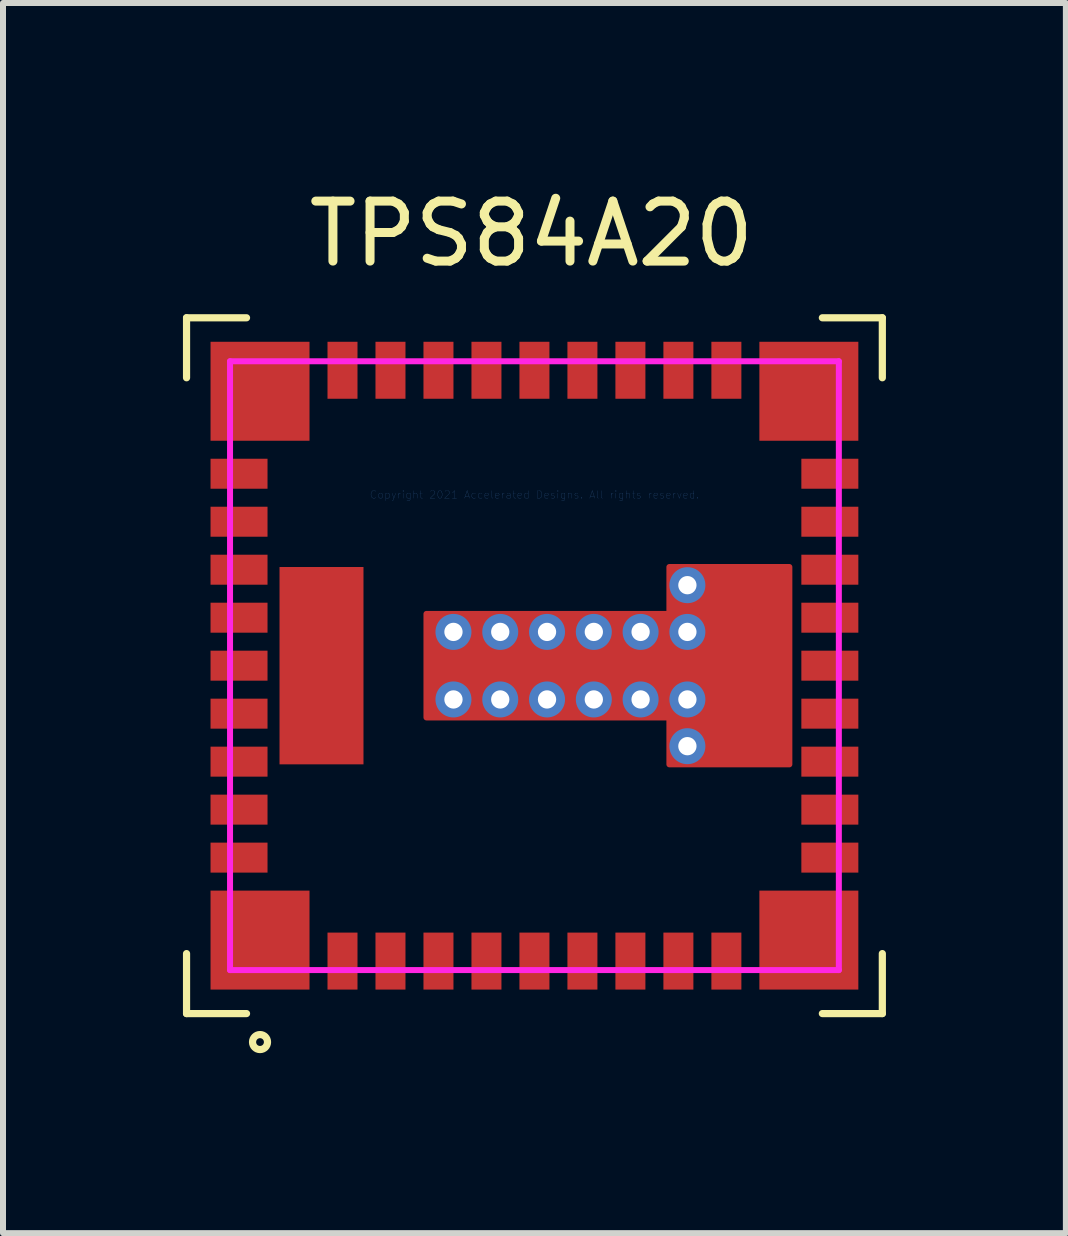
<source format=kicad_pcb>
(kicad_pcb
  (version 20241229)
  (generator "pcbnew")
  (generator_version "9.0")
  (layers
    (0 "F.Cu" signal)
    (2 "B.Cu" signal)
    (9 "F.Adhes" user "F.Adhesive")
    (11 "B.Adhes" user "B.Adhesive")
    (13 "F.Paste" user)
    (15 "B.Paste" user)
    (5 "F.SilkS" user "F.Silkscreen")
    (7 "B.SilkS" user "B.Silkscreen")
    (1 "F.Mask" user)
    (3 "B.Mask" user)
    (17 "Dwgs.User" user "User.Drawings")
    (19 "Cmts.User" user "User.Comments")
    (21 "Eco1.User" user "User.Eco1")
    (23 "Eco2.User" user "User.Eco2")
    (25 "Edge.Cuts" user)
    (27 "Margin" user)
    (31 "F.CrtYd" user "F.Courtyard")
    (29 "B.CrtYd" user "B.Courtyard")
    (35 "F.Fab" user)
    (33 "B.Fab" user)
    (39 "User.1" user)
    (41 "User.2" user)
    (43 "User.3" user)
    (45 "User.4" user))
  (footprint "TPS84A20"
    (layer "F.Cu")
    (at 5.86 8.048)
    (property "Reference" "TPS84A20" (at -0.05 -7.2 0) (layer "F.SilkS") (effects (font (size 1 1) (thickness 0.15))))
    (attr through_hole)
    (fp_poly (pts (xy -1.8 -0.863) (xy -1.8 0.863) (xy 2.25 0.863) (xy 2.25 1.645) (xy 4.25 1.645) (xy 4.25 -1.645) (xy 2.25 -1.645) (xy 2.25 -0.863) (xy -1.8 -0.863)) (stroke (width 0.1) (type solid)) (fill yes) (layer "F.Cu"))
    (fp_poly (pts (xy -1.8 -0.262) (xy -1.8 0.262) (xy 2.85 0.262) (xy 2.85 1.645) (xy 4.25 1.645) (xy 4.25 -1.645) (xy 2.85 -1.645) (xy 2.85 -0.262) (xy -1.8 -0.262)) (stroke (width 0.1) (type solid)) (fill yes) (layer "F.Mask"))
    (fp_line (start -5.8 -5.8) (end -4.8 -5.8) (stroke (width 0.12) (type solid)) (layer "F.SilkS"))
    (fp_line (start -5.8 -4.8) (end -5.8 -5.8) (stroke (width 0.12) (type solid)) (layer "F.SilkS"))
    (fp_line (start -5.8 5.8) (end -5.8 4.8) (stroke (width 0.12) (type solid)) (layer "F.SilkS"))
    (fp_line (start -5.8 5.8) (end -4.8 5.8) (stroke (width 0.12) (type solid)) (layer "F.SilkS"))
    (fp_line (start 4.8 -5.8) (end 5.8 -5.8) (stroke (width 0.12) (type solid)) (layer "F.SilkS"))
    (fp_line (start 4.8 5.8) (end 5.8 5.8) (stroke (width 0.12) (type solid)) (layer "F.SilkS"))
    (fp_line (start 5.8 -4.8) (end 5.8 -5.8) (stroke (width 0.12) (type solid)) (layer "F.SilkS"))
    (fp_line (start 5.8 5.8) (end 5.8 4.8) (stroke (width 0.12) (type solid)) (layer "F.SilkS"))
    (fp_circle (center -4.575 6.275) (end -4.45 6.275) (stroke (width 0.12) (type solid)) (fill no) (layer "F.SilkS"))
    (fp_poly (pts (xy -5.375 1.775) (xy -5.375 1.425) (xy -5.325 1.375) (xy -4.525 1.375) (xy -4.475 1.425) (xy -4.475 1.775) (xy -4.525 1.825) (xy -5.325 1.825)) (stroke (width 0.1) (type solid)) (fill yes) (layer "F.Paste"))
    (fp_poly (pts (xy -5.375 2.575) (xy -5.375 2.225) (xy -5.325 2.175) (xy -4.525 2.175) (xy -4.475 2.225) (xy -4.475 2.575) (xy -4.525 2.625) (xy -5.325 2.625)) (stroke (width 0.1) (type solid)) (fill yes) (layer "F.Paste"))
    (fp_poly (pts (xy -5.325 -2.975) (xy -5.375 -3.025) (xy -5.375 -3.375) (xy -5.325 -3.425) (xy -4.525 -3.425) (xy -4.475 -3.375) (xy -4.475 -3.025) (xy -4.525 -2.975)) (stroke (width 0.1) (type solid)) (fill yes) (layer "F.Paste"))
    (fp_poly (pts (xy -5.325 0.225) (xy -5.375 0.175) (xy -5.375 -0.175) (xy -5.325 -0.225) (xy -4.525 -0.225) (xy -4.475 -0.175) (xy -4.475 0.175) (xy -4.525 0.225)) (stroke (width 0.1) (type solid)) (fill yes) (layer "F.Paste"))
    (fp_poly (pts (xy -5.325 1.025) (xy -5.375 0.975) (xy -5.375 0.625) (xy -5.325 0.575) (xy -4.525 0.575) (xy -4.475 0.625) (xy -4.475 0.975) (xy -4.525 1.025)) (stroke (width 0.1) (type solid)) (fill yes) (layer "F.Paste"))
    (fp_poly (pts (xy -5.325 3.425) (xy -5.375 3.375) (xy -5.375 3.025) (xy -5.325 2.975) (xy -4.525 2.975) (xy -4.475 3.025) (xy -4.475 3.375) (xy -4.525 3.425)) (stroke (width 0.1) (type solid)) (fill yes) (layer "F.Paste"))
    (fp_poly (pts (xy -5.125 -3.975) (xy -5.175 -4.025) (xy -5.175 -5.125) (xy -5.125 -5.175) (xy -4.025 -5.175) (xy -3.975 -5.125) (xy -3.975 -4.025) (xy -4.025 -3.975)) (stroke (width 0.1) (type solid)) (fill yes) (layer "F.Paste"))
    (fp_poly (pts (xy -4.525 -1.825) (xy -4.475 -1.775) (xy -4.475 -1.425) (xy -4.525 -1.375) (xy -5.325 -1.375) (xy -5.375 -1.425) (xy -5.375 -1.775) (xy -5.325 -1.825)) (stroke (width 0.1) (type solid)) (fill yes) (layer "F.Paste"))
    (fp_poly (pts (xy -4.525 -1.025) (xy -4.475 -0.975) (xy -4.475 -0.625) (xy -4.525 -0.575) (xy -5.325 -0.575) (xy -5.375 -0.625) (xy -5.375 -0.975) (xy -5.325 -1.025)) (stroke (width 0.1) (type solid)) (fill yes) (layer "F.Paste"))
    (fp_poly (pts (xy -4.475 -2.225) (xy -4.525 -2.175) (xy -5.325 -2.175) (xy -5.375 -2.225) (xy -5.375 -2.575) (xy -5.325 -2.625) (xy -4.525 -2.625) (xy -4.475 -2.575)) (stroke (width 0.1) (type solid)) (fill yes) (layer "F.Paste"))
    (fp_poly (pts (xy -3.975 4.025) (xy -3.975 5.125) (xy -4.025 5.175) (xy -5.125 5.175) (xy -5.175 5.125) (xy -5.175 4.025) (xy -5.125 3.975) (xy -4.025 3.975)) (stroke (width 0.1) (type solid)) (fill yes) (layer "F.Paste"))
    (fp_poly (pts (xy -3.7 -0.2) (xy -3.75 -0.15) (xy -4.18 -0.15) (xy -4.23 -0.2) (xy -4.23 -1.57) (xy -4.18 -1.62) (xy -3.75 -1.62) (xy -3.7 -1.57)) (stroke (width 0.1) (type solid)) (fill yes) (layer "F.Paste"))
    (fp_poly (pts (xy -3.7 0.2) (xy -3.7 1.57) (xy -3.75 1.62) (xy -4.18 1.62) (xy -4.23 1.57) (xy -4.23 0.2) (xy -4.18 0.15) (xy -3.75 0.15)) (stroke (width 0.1) (type solid)) (fill yes) (layer "F.Paste"))
    (fp_poly (pts (xy -3.375 -5.375) (xy -3.025 -5.375) (xy -2.975 -5.325) (xy -2.975 -4.525) (xy -3.025 -4.475) (xy -3.375 -4.475) (xy -3.425 -4.525) (xy -3.425 -5.325)) (stroke (width 0.1) (type solid)) (fill yes) (layer "F.Paste"))
    (fp_poly (pts (xy -3.025 4.475) (xy -2.975 4.525) (xy -2.975 5.325) (xy -3.025 5.375) (xy -3.375 5.375) (xy -3.425 5.325) (xy -3.425 4.525) (xy -3.375 4.475)) (stroke (width 0.1) (type solid)) (fill yes) (layer "F.Paste"))
    (fp_poly (pts (xy -2.87 -0.2) (xy -2.92 -0.15) (xy -3.35 -0.15) (xy -3.4 -0.2) (xy -3.4 -1.57) (xy -3.35 -1.62) (xy -2.92 -1.62) (xy -2.87 -1.57)) (stroke (width 0.1) (type solid)) (fill yes) (layer "F.Paste"))
    (fp_poly (pts (xy -2.87 0.2) (xy -2.87 1.57) (xy -2.92 1.62) (xy -3.35 1.62) (xy -3.4 1.57) (xy -3.4 0.2) (xy -3.35 0.15) (xy -2.92 0.15)) (stroke (width 0.1) (type solid)) (fill yes) (layer "F.Paste"))
    (fp_poly (pts (xy -2.575 -5.375) (xy -2.225 -5.375) (xy -2.175 -5.325) (xy -2.175 -4.525) (xy -2.225 -4.475) (xy -2.575 -4.475) (xy -2.625 -4.525) (xy -2.625 -5.325)) (stroke (width 0.1) (type solid)) (fill yes) (layer "F.Paste"))
    (fp_poly (pts (xy -2.575 4.475) (xy -2.225 4.475) (xy -2.175 4.525) (xy -2.175 5.325) (xy -2.225 5.375) (xy -2.575 5.375) (xy -2.625 5.325) (xy -2.625 4.525)) (stroke (width 0.1) (type solid)) (fill yes) (layer "F.Paste"))
    (fp_poly (pts (xy -1.825 4.525) (xy -1.775 4.475) (xy -1.425 4.475) (xy -1.375 4.525) (xy -1.375 5.325) (xy -1.425 5.375) (xy -1.775 5.375) (xy -1.825 5.325)) (stroke (width 0.1) (type solid)) (fill yes) (layer "F.Paste"))
    (fp_poly (pts (xy -1.425 -4.475) (xy -1.775 -4.475) (xy -1.825 -4.525) (xy -1.825 -5.325) (xy -1.775 -5.375) (xy -1.425 -5.375) (xy -1.375 -5.325) (xy -1.375 -4.525)) (stroke (width 0.1) (type solid)) (fill yes) (layer "F.Paste"))
    (fp_poly (pts (xy -1.025 5.325) (xy -1.025 4.525) (xy -0.975 4.475) (xy -0.625 4.475) (xy -0.575 4.525) (xy -0.575 5.325) (xy -0.625 5.375) (xy -0.975 5.375)) (stroke (width 0.1) (type solid)) (fill yes) (layer "F.Paste"))
    (fp_poly (pts (xy -0.625 -5.375) (xy -0.575 -5.325) (xy -0.575 -4.525) (xy -0.625 -4.475) (xy -0.975 -4.475) (xy -1.025 -4.525) (xy -1.025 -5.325) (xy -0.975 -5.375)) (stroke (width 0.1) (type solid)) (fill yes) (layer "F.Paste"))
    (fp_poly (pts (xy -0.53 -0.188) (xy -0.53 0.188) (xy -0.58 0.237) (xy -1.71 0.237) (xy -1.76 0.188) (xy -1.76 -0.188) (xy -1.71 -0.237) (xy -0.58 -0.237)) (stroke (width 0.1) (type solid)) (fill yes) (layer "F.Paste"))
    (fp_poly (pts (xy -0.18 -0.237) (xy 0.95 -0.237) (xy 1 -0.188) (xy 1 0.188) (xy 0.95 0.237) (xy -0.18 0.237) (xy -0.23 0.188) (xy -0.23 -0.188)) (stroke (width 0.1) (type solid)) (fill yes) (layer "F.Paste"))
    (fp_poly (pts (xy -0.175 -5.375) (xy 0.175 -5.375) (xy 0.225 -5.325) (xy 0.225 -4.525) (xy 0.175 -4.475) (xy -0.175 -4.475) (xy -0.225 -4.525) (xy -0.225 -5.325)) (stroke (width 0.1) (type solid)) (fill yes) (layer "F.Paste"))
    (fp_poly (pts (xy 0.175 4.475) (xy 0.225 4.525) (xy 0.225 5.325) (xy 0.175 5.375) (xy -0.175 5.375) (xy -0.225 5.325) (xy -0.225 4.525) (xy -0.175 4.475)) (stroke (width 0.1) (type solid)) (fill yes) (layer "F.Paste"))
    (fp_poly (pts (xy 0.625 -5.375) (xy 0.975 -5.375) (xy 1.025 -5.325) (xy 1.025 -4.525) (xy 0.975 -4.475) (xy 0.625 -4.475) (xy 0.575 -4.525) (xy 0.575 -5.325)) (stroke (width 0.1) (type solid)) (fill yes) (layer "F.Paste"))
    (fp_poly (pts (xy 0.625 4.475) (xy 0.975 4.475) (xy 1.025 4.525) (xy 1.025 5.325) (xy 0.975 5.375) (xy 0.625 5.375) (xy 0.575 5.325) (xy 0.575 4.525)) (stroke (width 0.1) (type solid)) (fill yes) (layer "F.Paste"))
    (fp_poly (pts (xy 1.375 -5.325) (xy 1.425 -5.375) (xy 1.775 -5.375) (xy 1.825 -5.325) (xy 1.825 -4.525) (xy 1.775 -4.475) (xy 1.425 -4.475) (xy 1.375 -4.525)) (stroke (width 0.1) (type solid)) (fill yes) (layer "F.Paste"))
    (fp_poly (pts (xy 1.375 4.525) (xy 1.425 4.475) (xy 1.775 4.475) (xy 1.825 4.525) (xy 1.825 5.325) (xy 1.775 5.375) (xy 1.425 5.375) (xy 1.375 5.325)) (stroke (width 0.1) (type solid)) (fill yes) (layer "F.Paste"))
    (fp_poly (pts (xy 2.175 5.325) (xy 2.175 4.525) (xy 2.225 4.475) (xy 2.575 4.475) (xy 2.625 4.525) (xy 2.625 5.325) (xy 2.575 5.375) (xy 2.225 5.375)) (stroke (width 0.1) (type solid)) (fill yes) (layer "F.Paste"))
    (fp_poly (pts (xy 2.53 -0.188) (xy 2.53 0.188) (xy 2.48 0.237) (xy 1.35 0.237) (xy 1.3 0.188) (xy 1.3 -0.188) (xy 1.35 -0.237) (xy 2.48 -0.237)) (stroke (width 0.1) (type solid)) (fill yes) (layer "F.Paste"))
    (fp_poly (pts (xy 2.575 -5.375) (xy 2.625 -5.325) (xy 2.625 -4.525) (xy 2.575 -4.475) (xy 2.225 -4.475) (xy 2.175 -4.525) (xy 2.175 -5.325) (xy 2.225 -5.375)) (stroke (width 0.1) (type solid)) (fill yes) (layer "F.Paste"))
    (fp_poly (pts (xy 2.87 0.2) (xy 2.92 0.15) (xy 3.35 0.15) (xy 3.4 0.2) (xy 3.4 1.57) (xy 3.35 1.62) (xy 2.92 1.62) (xy 2.87 1.57)) (stroke (width 0.1) (type solid)) (fill yes) (layer "F.Paste"))
    (fp_poly (pts (xy 2.92 -1.62) (xy 3.35 -1.62) (xy 3.4 -1.57) (xy 3.4 -0.2) (xy 3.35 -0.15) (xy 2.92 -0.15) (xy 2.87 -0.2) (xy 2.87 -1.57)) (stroke (width 0.1) (type solid)) (fill yes) (layer "F.Paste"))
    (fp_poly (pts (xy 3.025 -5.375) (xy 3.375 -5.375) (xy 3.425 -5.325) (xy 3.425 -4.525) (xy 3.375 -4.475) (xy 3.025 -4.475) (xy 2.975 -4.525) (xy 2.975 -5.325)) (stroke (width 0.1) (type solid)) (fill yes) (layer "F.Paste"))
    (fp_poly (pts (xy 3.425 5.325) (xy 3.375 5.375) (xy 3.025 5.375) (xy 2.975 5.325) (xy 2.975 4.525) (xy 3.025 4.475) (xy 3.375 4.475) (xy 3.425 4.525)) (stroke (width 0.1) (type solid)) (fill yes) (layer "F.Paste"))
    (fp_poly (pts (xy 3.75 -1.62) (xy 4.18 -1.62) (xy 4.23 -1.57) (xy 4.23 -0.2) (xy 4.18 -0.15) (xy 3.75 -0.15) (xy 3.7 -0.2) (xy 3.7 -1.57)) (stroke (width 0.1) (type solid)) (fill yes) (layer "F.Paste"))
    (fp_poly (pts (xy 3.75 0.15) (xy 4.18 0.15) (xy 4.23 0.2) (xy 4.23 1.57) (xy 4.18 1.62) (xy 3.75 1.62) (xy 3.7 1.57) (xy 3.7 0.2)) (stroke (width 0.1) (type solid)) (fill yes) (layer "F.Paste"))
    (fp_poly (pts (xy 3.975 -5.125) (xy 4.025 -5.175) (xy 5.125 -5.175) (xy 5.175 -5.125) (xy 5.175 -4.025) (xy 5.125 -3.975) (xy 4.025 -3.975) (xy 3.975 -4.025)) (stroke (width 0.1) (type solid)) (fill yes) (layer "F.Paste"))
    (fp_poly (pts (xy 4.475 -3.375) (xy 4.525 -3.425) (xy 5.325 -3.425) (xy 5.375 -3.375) (xy 5.375 -3.025) (xy 5.325 -2.975) (xy 4.525 -2.975) (xy 4.475 -3.025)) (stroke (width 0.1) (type solid)) (fill yes) (layer "F.Paste"))
    (fp_poly (pts (xy 4.475 -0.625) (xy 4.475 -0.975) (xy 4.525 -1.025) (xy 5.325 -1.025) (xy 5.375 -0.975) (xy 5.375 -0.625) (xy 5.325 -0.575) (xy 4.525 -0.575)) (stroke (width 0.1) (type solid)) (fill yes) (layer "F.Paste"))
    (fp_poly (pts (xy 4.475 -0.175) (xy 4.525 -0.225) (xy 5.325 -0.225) (xy 5.375 -0.175) (xy 5.375 0.175) (xy 5.325 0.225) (xy 4.525 0.225) (xy 4.475 0.175)) (stroke (width 0.1) (type solid)) (fill yes) (layer "F.Paste"))
    (fp_poly (pts (xy 4.475 2.575) (xy 4.475 2.225) (xy 4.525 2.175) (xy 5.325 2.175) (xy 5.375 2.225) (xy 5.375 2.575) (xy 5.325 2.625) (xy 4.525 2.625)) (stroke (width 0.1) (type solid)) (fill yes) (layer "F.Paste"))
    (fp_poly (pts (xy 4.475 3.025) (xy 4.525 2.975) (xy 5.325 2.975) (xy 5.375 3.025) (xy 5.375 3.375) (xy 5.325 3.425) (xy 4.525 3.425) (xy 4.475 3.375)) (stroke (width 0.1) (type solid)) (fill yes) (layer "F.Paste"))
    (fp_poly (pts (xy 5.125 3.975) (xy 5.175 4.025) (xy 5.175 5.125) (xy 5.125 5.175) (xy 4.025 5.175) (xy 3.975 5.125) (xy 3.975 4.025) (xy 4.025 3.975)) (stroke (width 0.1) (type solid)) (fill yes) (layer "F.Paste"))
    (fp_poly (pts (xy 5.375 -2.575) (xy 5.375 -2.225) (xy 5.325 -2.175) (xy 4.525 -2.175) (xy 4.475 -2.225) (xy 4.475 -2.575) (xy 4.525 -2.625) (xy 5.325 -2.625)) (stroke (width 0.1) (type solid)) (fill yes) (layer "F.Paste"))
    (fp_poly (pts (xy 5.375 -1.775) (xy 5.375 -1.425) (xy 5.325 -1.375) (xy 4.525 -1.375) (xy 4.475 -1.425) (xy 4.475 -1.775) (xy 4.525 -1.825) (xy 5.325 -1.825)) (stroke (width 0.1) (type solid)) (fill yes) (layer "F.Paste"))
    (fp_poly (pts (xy 5.375 0.625) (xy 5.375 0.975) (xy 5.325 1.025) (xy 4.525 1.025) (xy 4.475 0.975) (xy 4.475 0.625) (xy 4.525 0.575) (xy 5.325 0.575)) (stroke (width 0.1) (type solid)) (fill yes) (layer "F.Paste"))
    (fp_poly (pts (xy 5.375 1.425) (xy 5.375 1.775) (xy 5.325 1.825) (xy 4.525 1.825) (xy 4.475 1.775) (xy 4.475 1.425) (xy 4.525 1.375) (xy 5.325 1.375)) (stroke (width 0.1) (type solid)) (fill yes) (layer "F.Paste"))
    (fp_line (start -5.075 -5.075) (end 5.075 -5.075) (stroke (width 0.1) (type solid)) (layer "F.CrtYd"))
    (fp_line (start -5.075 5.075) (end -5.075 -5.075) (stroke (width 0.1) (type solid)) (layer "F.CrtYd"))
    (fp_line (start -5.075 5.075) (end 5.075 5.075) (stroke (width 0.1) (type solid)) (layer "F.CrtYd"))
    (fp_line (start 5.075 5.075) (end 5.075 -5.075) (stroke (width 0.1) (type solid)) (layer "F.CrtYd"))
    (fp_text user "Copyright 2021 Accelerated Designs. All rights reserved." (at 0 -2.85 0) (layer "Cmts.User") (effects (font (size 0.127 0.127) (thickness 0.002))))
    (pad "1" smd rect (at -4.575 4.575) (size 1.65 1.65) (layers "F.Cu" "F.Mask" "F.Paste"))
    (pad "2" smd rect (at -3.2 4.925) (size 0.5 0.95) (layers "F.Cu" "F.Mask" "F.Paste"))
    (pad "3" smd rect (at -2.4 4.925) (size 0.5 0.95) (layers "F.Cu" "F.Mask" "F.Paste"))
    (pad "4" smd rect (at -1.6 4.925) (size 0.5 0.95) (layers "F.Cu" "F.Mask" "F.Paste"))
    (pad "5" smd rect (at -0.8 4.925) (size 0.5 0.95) (layers "F.Cu" "F.Mask" "F.Paste"))
    (pad "6" smd rect (at 0 4.925) (size 0.5 0.95) (layers "F.Cu" "F.Mask" "F.Paste"))
    (pad "7" smd rect (at 0.8 4.925) (size 0.5 0.95) (layers "F.Cu" "F.Mask" "F.Paste"))
    (pad "8" smd rect (at 1.6 4.925) (size 0.5 0.95) (layers "F.Cu" "F.Mask" "F.Paste"))
    (pad "9" smd rect (at 2.4 4.925) (size 0.5 0.95) (layers "F.Cu" "F.Mask" "F.Paste"))
    (pad "10" smd rect (at 3.2 4.925) (size 0.5 0.95) (layers "F.Cu" "F.Mask" "F.Paste"))
    (pad "11" smd rect (at 4.575 4.575) (size 1.65 1.65) (layers "F.Cu" "F.Mask" "F.Paste"))
    (pad "12" smd rect (at 4.925 3.2) (size 0.95 0.5) (layers "F.Cu" "F.Mask" "F.Paste"))
    (pad "13" smd rect (at 4.925 2.4) (size 0.95 0.5) (layers "F.Cu" "F.Mask" "F.Paste"))
    (pad "14" smd rect (at 4.925 1.6) (size 0.95 0.5) (layers "F.Cu" "F.Mask" "F.Paste"))
    (pad "15" smd rect (at 4.925 0.8) (size 0.95 0.5) (layers "F.Cu" "F.Mask" "F.Paste"))
    (pad "16" smd rect (at 4.925 0) (size 0.95 0.5) (layers "F.Cu" "F.Mask" "F.Paste"))
    (pad "17" smd rect (at 4.925 -0.8) (size 0.95 0.5) (layers "F.Cu" "F.Mask" "F.Paste"))
    (pad "18" smd rect (at 4.925 -1.6) (size 0.95 0.5) (layers "F.Cu" "F.Mask" "F.Paste"))
    (pad "19" smd rect (at 4.925 -2.4) (size 0.95 0.5) (layers "F.Cu" "F.Mask" "F.Paste"))
    (pad "20" smd rect (at 4.925 -3.2) (size 0.95 0.5) (layers "F.Cu" "F.Mask" "F.Paste"))
    (pad "21" smd rect (at 4.575 -4.575) (size 1.65 1.65) (layers "F.Cu" "F.Mask" "F.Paste"))
    (pad "22" smd rect (at 3.2 -4.925) (size 0.5 0.95) (layers "F.Cu" "F.Mask" "F.Paste"))
    (pad "23" smd rect (at 2.4 -4.925) (size 0.5 0.95) (layers "F.Cu" "F.Mask" "F.Paste"))
    (pad "24" smd rect (at 1.6 -4.925) (size 0.5 0.95) (layers "F.Cu" "F.Mask" "F.Paste"))
    (pad "25" smd rect (at 0.8 -4.925) (size 0.5 0.95) (layers "F.Cu" "F.Mask" "F.Paste"))
    (pad "26" smd rect (at 0 -4.925) (size 0.5 0.95) (layers "F.Cu" "F.Mask" "F.Paste"))
    (pad "27" smd rect (at -0.8 -4.925) (size 0.5 0.95) (layers "F.Cu" "F.Mask" "F.Paste"))
    (pad "28" smd rect (at -1.6 -4.925) (size 0.5 0.95) (layers "F.Cu" "F.Mask" "F.Paste"))
    (pad "29" smd rect (at -2.4 -4.925) (size 0.5 0.95) (layers "F.Cu" "F.Mask" "F.Paste"))
    (pad "30" smd rect (at -3.2 -4.925) (size 0.5 0.95) (layers "F.Cu" "F.Mask" "F.Paste"))
    (pad "31" smd rect (at -4.575 -4.575) (size 1.65 1.65) (layers "F.Cu" "F.Mask" "F.Paste"))
    (pad "32" smd rect (at -4.925 -3.2) (size 0.95 0.5) (layers "F.Cu" "F.Mask" "F.Paste"))
    (pad "33" smd rect (at -4.925 -2.4) (size 0.95 0.5) (layers "F.Cu" "F.Mask" "F.Paste"))
    (pad "34" smd rect (at -4.925 -1.6) (size 0.95 0.5) (layers "F.Cu" "F.Mask" "F.Paste"))
    (pad "35" smd rect (at -4.925 -0.8) (size 0.95 0.5) (layers "F.Cu" "F.Mask" "F.Paste"))
    (pad "36" smd rect (at -4.925 0) (size 0.95 0.5) (layers "F.Cu" "F.Mask" "F.Paste"))
    (pad "37" smd rect (at -4.925 0.8) (size 0.95 0.5) (layers "F.Cu" "F.Mask" "F.Paste"))
    (pad "38" smd rect (at -4.925 1.6) (size 0.95 0.5) (layers "F.Cu" "F.Mask" "F.Paste"))
    (pad "39" smd rect (at -4.925 2.4) (size 0.95 0.5) (layers "F.Cu" "F.Mask" "F.Paste"))
    (pad "40" smd rect (at -4.925 3.2) (size 0.95 0.5) (layers "F.Cu" "F.Mask" "F.Paste"))
    (pad "41" smd rect (at -3.55 0) (size 1.4 3.29) (layers "F.Cu" "F.Mask" "F.Paste"))
    (pad "42" thru_hole circle (at -1.35 -0.563) (size 0.6 0.6) (drill 0.305) (layers "*.Cu" "*.Mask"))
    (pad "42" thru_hole circle (at -1.35 0.563) (size 0.6 0.6) (drill 0.305) (layers "*.Cu" "*.Mask"))
    (pad "42" thru_hole circle (at -0.57 -0.563) (size 0.6 0.6) (drill 0.305) (layers "*.Cu" "*.Mask"))
    (pad "42" thru_hole circle (at -0.57 0.563) (size 0.6 0.6) (drill 0.305) (layers "*.Cu" "*.Mask"))
    (pad "42" thru_hole circle (at 0.21 -0.563) (size 0.6 0.6) (drill 0.305) (layers "*.Cu" "*.Mask"))
    (pad "42" thru_hole circle (at 0.21 0.563) (size 0.6 0.6) (drill 0.305) (layers "*.Cu" "*.Mask"))
    (pad "42" thru_hole circle (at 0.99 -0.563) (size 0.6 0.6) (drill 0.305) (layers "*.Cu" "*.Mask"))
    (pad "42" thru_hole circle (at 0.99 0.563) (size 0.6 0.6) (drill 0.305) (layers "*.Cu" "*.Mask"))
    (pad "42" thru_hole circle (at 1.77 -0.563) (size 0.6 0.6) (drill 0.305) (layers "*.Cu" "*.Mask"))
    (pad "42" thru_hole circle (at 1.77 0.563) (size 0.6 0.6) (drill 0.305) (layers "*.Cu" "*.Mask"))
    (pad "42" thru_hole circle (at 2.55 -1.342) (size 0.6 0.6) (drill 0.305) (layers "*.Cu" "*.Mask"))
    (pad "42" thru_hole circle (at 2.55 -0.563) (size 0.6 0.6) (drill 0.305) (layers "*.Cu" "*.Mask"))
    (pad "42" thru_hole circle (at 2.55 0.563) (size 0.6 0.6) (drill 0.305) (layers "*.Cu" "*.Mask"))
    (pad "42" thru_hole circle (at 2.55 1.342) (size 0.6 0.6) (drill 0.305) (layers "*.Cu" "*.Mask"))
    (pad "42" smd circle (at 3.084 -0.051) (size 2.094 2.094) (layers "F.Cu" "F.Mask" "F.Paste")))
  (gr_rect
    (start -3 -3)
    (end 14.72 17.508)
    (stroke (width 0.1) (type default))
    (fill no)
    (layer "Edge.Cuts")))
</source>
